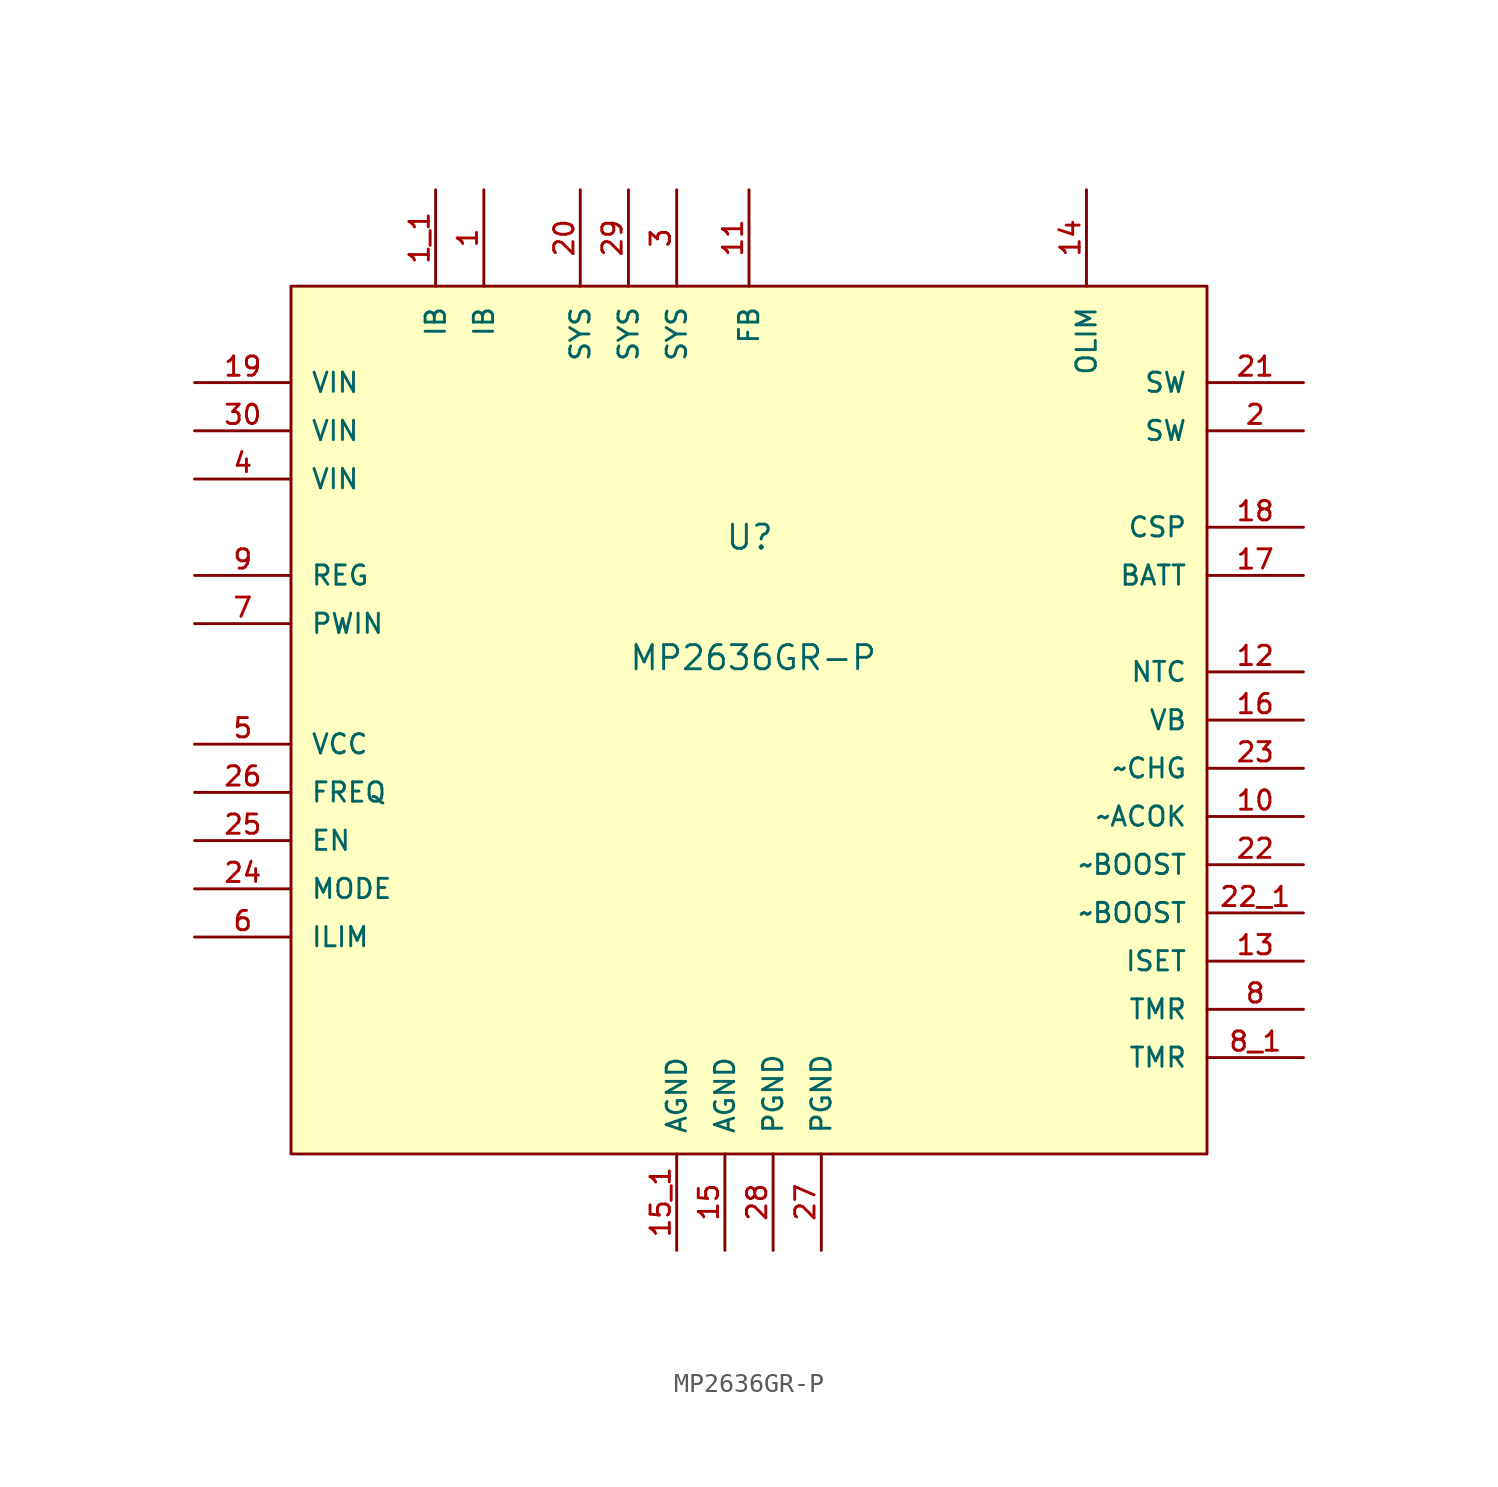
<source format=kicad_sym>
(kicad_symbol_lib
  (version 20210619)
  (generator kicad_symbol_editor)
  (symbol "mp2636:MP2636GR-P"
    (pin_names
      (offset 1.016))
    (property "Reference" "U"
      (at -1.27 16.51 0)
      (effects (font (size 1.27 1.27)) (justify left bottom)))
    (property "Value" "MP2636GR-P"
      (at -6.35 10.16 0)
      (effects (font (size 1.27 1.27)) (justify left bottom)))
    (property "ki_locked" ""
      (at 0 0 0)
      (effects (font (size 1.27 1.27))))
    (symbol "MP2636GR-P_0_0"
      (rectangle (start -24.13 30.48) (end 24.13 -15.24) (stroke (width 0.152)) (fill (type background)))
      (pin passive line (at -13.97 35.56 270) (length 5.08) (name "IB" (effects (font (size 1.016 1.016)))) (number "1" (effects (font (size 1.016 1.016)))))
      (pin output line (at 29.21 2.54 180) (length 5.08) (name "~ACOK" (effects (font (size 1.016 1.016)))) (number "10" (effects (font (size 1.016 1.016)))))
      (pin input line (at 0 35.56 270) (length 5.08) (name "FB" (effects (font (size 1.016 1.016)))) (number "11" (effects (font (size 1.016 1.016)))))
      (pin passive line (at 29.21 10.16 180) (length 5.08) (name "NTC" (effects (font (size 1.016 1.016)))) (number "12" (effects (font (size 1.016 1.016)))))
      (pin input line (at 29.21 -5.08 180) (length 5.08) (name "ISET" (effects (font (size 1.016 1.016)))) (number "13" (effects (font (size 1.016 1.016)))))
      (pin passive line (at 17.78 35.56 270) (length 5.08) (name "OLIM" (effects (font (size 1.016 1.016)))) (number "14" (effects (font (size 1.016 1.016)))))
      (pin power_in line (at -1.27 -20.32 90) (length 5.08) (name "AGND" (effects (font (size 1.016 1.016)))) (number "15" (effects (font (size 1.016 1.016)))))
      (pin power_in line (at -3.81 -20.32 90) (length 5.08) (name "AGND" (effects (font (size 1.016 1.016)))) (number "15_1" (effects (font (size 1.016 1.016)))))
      (pin power_in line (at 29.21 7.62 180) (length 5.08) (name "VB" (effects (font (size 1.016 1.016)))) (number "16" (effects (font (size 1.016 1.016)))))
      (pin power_in line (at 29.21 15.24 180) (length 5.08) (name "BATT" (effects (font (size 1.016 1.016)))) (number "17" (effects (font (size 1.016 1.016)))))
      (pin input line (at 29.21 17.78 180) (length 5.08) (name "CSP" (effects (font (size 1.016 1.016)))) (number "18" (effects (font (size 1.016 1.016)))))
      (pin input line (at -29.21 25.4 0) (length 5.08) (name "VIN" (effects (font (size 1.016 1.016)))) (number "19" (effects (font (size 1.016 1.016)))))
      (pin passive line (at -16.51 35.56 270) (length 5.08) (name "IB" (effects (font (size 1.016 1.016)))) (number "1_1" (effects (font (size 1.016 1.016)))))
      (pin output line (at 29.21 22.86 180) (length 5.08) (name "SW" (effects (font (size 1.016 1.016)))) (number "2" (effects (font (size 1.016 1.016)))))
      (pin output line (at -8.89 35.56 270) (length 5.08) (name "SYS" (effects (font (size 1.016 1.016)))) (number "20" (effects (font (size 1.016 1.016)))))
      (pin output line (at 29.21 25.4 180) (length 5.08) (name "SW" (effects (font (size 1.016 1.016)))) (number "21" (effects (font (size 1.016 1.016)))))
      (pin output line (at 29.21 0 180) (length 5.08) (name "~BOOST" (effects (font (size 1.016 1.016)))) (number "22" (effects (font (size 1.016 1.016)))))
      (pin output line (at 29.21 -2.54 180) (length 5.08) (name "~BOOST" (effects (font (size 1.016 1.016)))) (number "22_1" (effects (font (size 1.016 1.016)))))
      (pin output line (at 29.21 5.08 180) (length 5.08) (name "~CHG" (effects (font (size 1.016 1.016)))) (number "23" (effects (font (size 1.016 1.016)))))
      (pin input line (at -29.21 -1.27 0) (length 5.08) (name "MODE" (effects (font (size 1.016 1.016)))) (number "24" (effects (font (size 1.016 1.016)))))
      (pin input line (at -29.21 1.27 0) (length 5.08) (name "EN" (effects (font (size 1.016 1.016)))) (number "25" (effects (font (size 1.016 1.016)))))
      (pin input line (at -29.21 3.81 0) (length 5.08) (name "FREQ" (effects (font (size 1.016 1.016)))) (number "26" (effects (font (size 1.016 1.016)))))
      (pin power_in line (at 3.81 -20.32 90) (length 5.08) (name "PGND" (effects (font (size 1.016 1.016)))) (number "27" (effects (font (size 1.016 1.016)))))
      (pin power_in line (at 1.27 -20.32 90) (length 5.08) (name "PGND" (effects (font (size 1.016 1.016)))) (number "28" (effects (font (size 1.016 1.016)))))
      (pin output line (at -6.35 35.56 270) (length 5.08) (name "SYS" (effects (font (size 1.016 1.016)))) (number "29" (effects (font (size 1.016 1.016)))))
      (pin output line (at -3.81 35.56 270) (length 5.08) (name "SYS" (effects (font (size 1.016 1.016)))) (number "3" (effects (font (size 1.016 1.016)))))
      (pin input line (at -29.21 22.86 0) (length 5.08) (name "VIN" (effects (font (size 1.016 1.016)))) (number "30" (effects (font (size 1.016 1.016)))))
      (pin input line (at -29.21 20.32 0) (length 5.08) (name "VIN" (effects (font (size 1.016 1.016)))) (number "4" (effects (font (size 1.016 1.016)))))
      (pin power_in line (at -29.21 6.35 0) (length 5.08) (name "VCC" (effects (font (size 1.016 1.016)))) (number "5" (effects (font (size 1.016 1.016)))))
      (pin input line (at -29.21 -3.81 0) (length 5.08) (name "ILIM" (effects (font (size 1.016 1.016)))) (number "6" (effects (font (size 1.016 1.016)))))
      (pin input line (at -29.21 12.7 0) (length 5.08) (name "PWIN" (effects (font (size 1.016 1.016)))) (number "7" (effects (font (size 1.016 1.016)))))
      (pin input line (at 29.21 -7.62 180) (length 5.08) (name "TMR" (effects (font (size 1.016 1.016)))) (number "8" (effects (font (size 1.016 1.016)))))
      (pin input line (at 29.21 -10.16 180) (length 5.08) (name "TMR" (effects (font (size 1.016 1.016)))) (number "8_1" (effects (font (size 1.016 1.016)))))
      (pin input line (at -29.21 15.24 0) (length 5.08) (name "REG" (effects (font (size 1.016 1.016)))) (number "9" (effects (font (size 1.016 1.016))))))))
</source>
